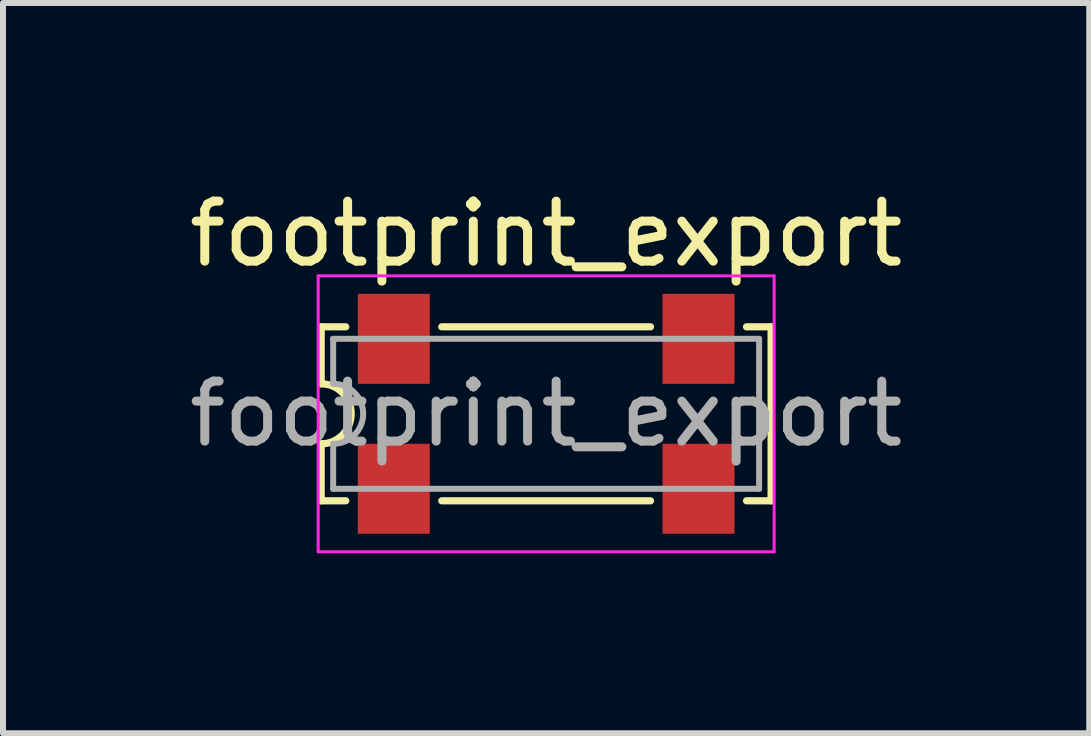
<source format=kicad_pcb>
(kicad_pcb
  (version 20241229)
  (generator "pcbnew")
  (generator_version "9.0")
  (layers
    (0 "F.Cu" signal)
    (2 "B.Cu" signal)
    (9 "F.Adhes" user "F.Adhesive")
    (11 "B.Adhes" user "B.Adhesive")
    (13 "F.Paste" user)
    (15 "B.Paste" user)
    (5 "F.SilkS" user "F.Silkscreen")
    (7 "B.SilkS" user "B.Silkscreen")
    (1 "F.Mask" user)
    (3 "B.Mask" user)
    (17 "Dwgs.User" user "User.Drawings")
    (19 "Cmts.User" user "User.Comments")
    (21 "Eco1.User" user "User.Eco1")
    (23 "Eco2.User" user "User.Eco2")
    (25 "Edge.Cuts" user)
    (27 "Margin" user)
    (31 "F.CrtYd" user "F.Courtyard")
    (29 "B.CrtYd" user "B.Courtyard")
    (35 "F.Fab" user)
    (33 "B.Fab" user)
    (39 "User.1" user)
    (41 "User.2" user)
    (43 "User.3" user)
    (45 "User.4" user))
  (footprint "footprint_export"
    (layer "F.Cu")
    (at 6.054 3.848)
    (property "Reference" "footprint_export" (at 0 -3 0) (layer "F.SilkS") (effects (font (size 1 1) (thickness 0.15))))
    (attr smd)
    (fp_line (start -3.75 -1.45) (end -3.34 -1.45) (stroke (width 0.12) (type solid)) (layer "F.SilkS"))
    (fp_line (start -3.75 -0.5) (end -3.75 -1.45) (stroke (width 0.12) (type solid)) (layer "F.SilkS"))
    (fp_line (start -3.75 1.45) (end -3.75 0.5) (stroke (width 0.12) (type solid)) (layer "F.SilkS"))
    (fp_line (start -3.75 1.45) (end -3.34 1.45) (stroke (width 0.12) (type solid)) (layer "F.SilkS"))
    (fp_line (start -1.74 -1.45) (end 1.74 -1.45) (stroke (width 0.12) (type solid)) (layer "F.SilkS"))
    (fp_line (start 1.74 1.45) (end -1.74 1.45) (stroke (width 0.12) (type solid)) (layer "F.SilkS"))
    (fp_line (start 3.34 -1.45) (end 3.75 -1.45) (stroke (width 0.12) (type solid)) (layer "F.SilkS"))
    (fp_line (start 3.75 -1.45) (end 3.75 1.45) (stroke (width 0.12) (type solid)) (layer "F.SilkS"))
    (fp_line (start 3.75 1.45) (end 3.34 1.45) (stroke (width 0.12) (type solid)) (layer "F.SilkS"))
    (fp_arc (start -3.75 -0.5) (mid -3.25 0) (end -3.75 0.5) (stroke (width 0.12) (type solid)) (layer "F.SilkS"))
    (fp_line (start -3.8 -2.3) (end -3.8 2.3) (stroke (width 0.05) (type solid)) (layer "F.CrtYd"))
    (fp_line (start -3.8 2.3) (end 3.8 2.3) (stroke (width 0.05) (type solid)) (layer "F.CrtYd"))
    (fp_line (start 3.8 -2.3) (end -3.8 -2.3) (stroke (width 0.05) (type solid)) (layer "F.CrtYd"))
    (fp_line (start 3.8 2.3) (end 3.8 -2.3) (stroke (width 0.05) (type solid)) (layer "F.CrtYd"))
    (fp_line (start -3.55 -1.25) (end 3.55 -1.25) (stroke (width 0.1) (type solid)) (layer "F.Fab"))
    (fp_line (start -3.55 -0.5) (end -3.55 -1.25) (stroke (width 0.1) (type solid)) (layer "F.Fab"))
    (fp_line (start -3.55 1.25) (end -3.55 0.5) (stroke (width 0.1) (type solid)) (layer "F.Fab"))
    (fp_line (start 3.55 -1.25) (end 3.55 1.25) (stroke (width 0.1) (type solid)) (layer "F.Fab"))
    (fp_line (start 3.55 1.25) (end -3.55 1.25) (stroke (width 0.1) (type solid)) (layer "F.Fab"))
    (fp_arc (start -3.55 -0.5) (mid -3.05 0) (end -3.55 0.5) (stroke (width 0.1) (type solid)) (layer "F.Fab"))
    (fp_text user "${REFERENCE}" (at 0 0 0) (layer "F.Fab") (effects (font (size 1 1) (thickness 0.15))))
    (pad "1" smd rect (at -2.54 1.25) (size 1.2 1.5) (layers "F.Cu" "F.Mask" "F.Paste"))
    (pad "2" smd rect (at 2.54 1.25) (size 1.2 1.5) (layers "F.Cu" "F.Mask" "F.Paste"))
    (pad "3" smd rect (at 2.54 -1.25) (size 1.2 1.5) (layers "F.Cu" "F.Mask" "F.Paste"))
    (pad "4" smd rect (at -2.54 -1.25) (size 1.2 1.5) (layers "F.Cu" "F.Mask" "F.Paste")))
  (gr_rect
    (start -3 -3)
    (end 15.107 9.173)
    (stroke (width 0.1) (type default))
    (fill no)
    (layer "Edge.Cuts")))
</source>
